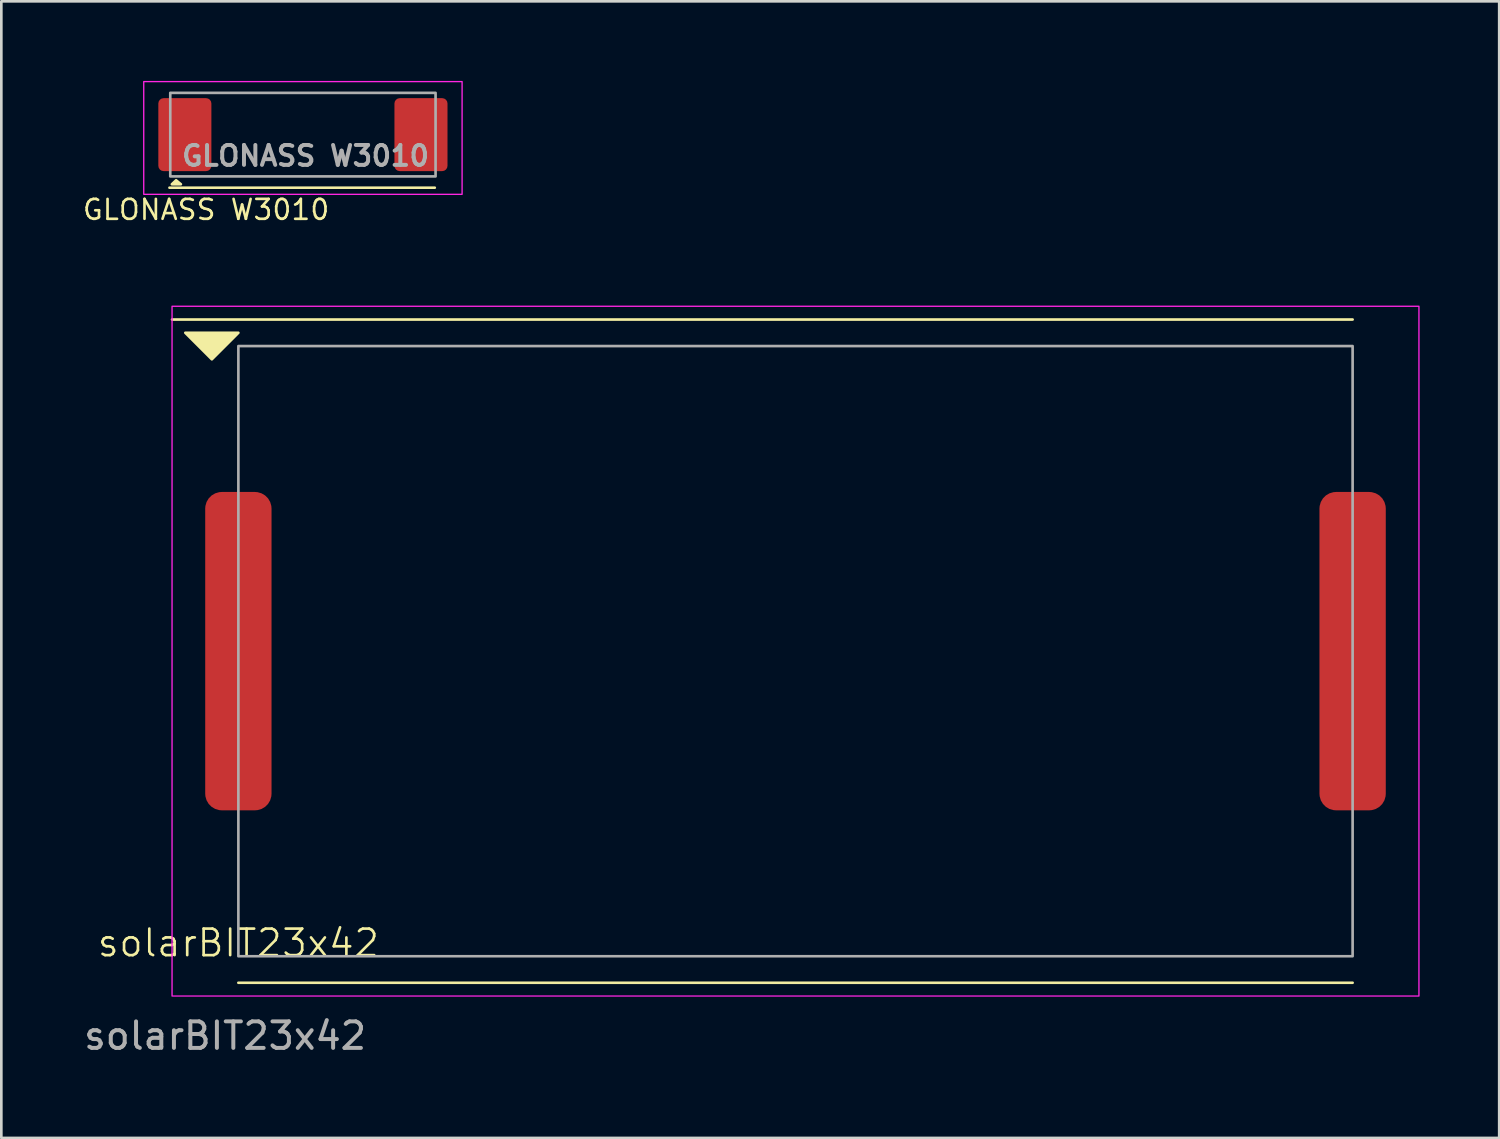
<source format=kicad_pcb>
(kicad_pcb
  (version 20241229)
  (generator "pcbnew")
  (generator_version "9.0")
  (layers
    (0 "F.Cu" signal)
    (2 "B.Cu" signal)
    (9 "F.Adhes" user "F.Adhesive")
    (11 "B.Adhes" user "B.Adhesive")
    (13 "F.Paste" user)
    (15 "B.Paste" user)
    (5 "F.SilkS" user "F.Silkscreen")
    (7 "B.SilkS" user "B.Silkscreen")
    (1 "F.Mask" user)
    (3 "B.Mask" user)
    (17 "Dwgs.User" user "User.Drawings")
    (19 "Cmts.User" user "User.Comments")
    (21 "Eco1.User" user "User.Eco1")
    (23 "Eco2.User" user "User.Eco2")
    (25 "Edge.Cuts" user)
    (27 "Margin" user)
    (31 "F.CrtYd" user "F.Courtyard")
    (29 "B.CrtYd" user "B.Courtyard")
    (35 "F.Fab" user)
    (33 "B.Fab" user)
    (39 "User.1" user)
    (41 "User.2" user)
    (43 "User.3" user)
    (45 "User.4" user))
  (footprint "GLONASS W3010"
    (layer "F.Cu")
    (at 8.368 2.025)
    (property "Reference" "GLONASS W3010" (at -3.65 2.83 0) (unlocked yes) (layer "F.SilkS") (effects (font (size 0.75 0.75) (thickness 0.1))))
    (attr smd)
    (fp_line (start -5.03 2) (end 4.97 2) (stroke (width 0.1) (type default)) (layer "F.SilkS"))
    (fp_poly (pts (xy -4.6 1.87) (xy -4.78 1.72) (xy -4.94 1.87)) (stroke (width 0.1) (type solid)) (fill yes) (layer "F.SilkS"))
    (fp_rect (start -6 2.25) (end 6 -2) (stroke (width 0.05) (type default)) (fill no) (layer "F.CrtYd"))
    (fp_rect (start -5 -1.575) (end 5 1.575) (stroke (width 0.1) (type default)) (fill no) (layer "F.Fab"))
    (fp_text user "${REFERENCE}" (at 0.1 0.8 0) (unlocked yes) (layer "F.Fab") (effects (font (size 0.75 0.75) (thickness 0.15))))
    (pad "1" smd roundrect (at -4.45 0 180) (size 2 2.75) (layers "F.Cu" "F.Mask" "F.Paste") (roundrect_rratio 0.1))
    (pad "2" smd roundrect (at 4.45 0 180) (size 2 2.75) (layers "F.Cu" "F.Mask" "F.Paste") (roundrect_rratio 0.1)))
  (footprint "solarBIT23x42"
    (layer "F.Cu")
    (at 5.935 32.994)
    (property "Reference" "solarBIT23x42" (at 0 -0.5 0) (unlocked yes) (layer "F.SilkS") (effects (font (size 1 1) (thickness 0.1))))
    (attr smd)
    (fp_line (start -2.5 -24) (end 42 -24) (stroke (width 0.1) (type default)) (layer "F.SilkS"))
    (fp_line (start 0 1) (end 42 1) (stroke (width 0.1) (type default)) (layer "F.SilkS"))
    (fp_poly (pts (xy -2 -23.5) (xy -1 -22.5) (xy 0 -23.5)) (stroke (width 0.1) (type solid)) (fill yes) (layer "F.SilkS"))
    (fp_rect (start -2.5 -24.5) (end 44.5 1.5) (stroke (width 0.05) (type default)) (fill no) (layer "F.CrtYd"))
    (fp_rect (start 0 -23) (end 42 0) (stroke (width 0.1) (type default)) (fill no) (layer "F.Fab"))
    (fp_text user "${REFERENCE}" (at -0.5 3 0) (unlocked yes) (layer "F.Fab") (effects (font (size 1 1) (thickness 0.15))))
    (pad "1" smd roundrect (at 0 -11.5) (size 2.5 12) (layers "F.Cu" "F.Mask" "F.Paste") (roundrect_rratio 0.25))
    (pad "2" smd roundrect (at 42 -11.5) (size 2.5 12) (layers "F.Cu" "F.Mask" "F.Paste") (roundrect_rratio 0.25)))
  (gr_rect
    (start -3 -3)
    (end 53.46 39.843)
    (stroke (width 0.1) (type default))
    (fill no)
    (layer "Edge.Cuts")))
</source>
